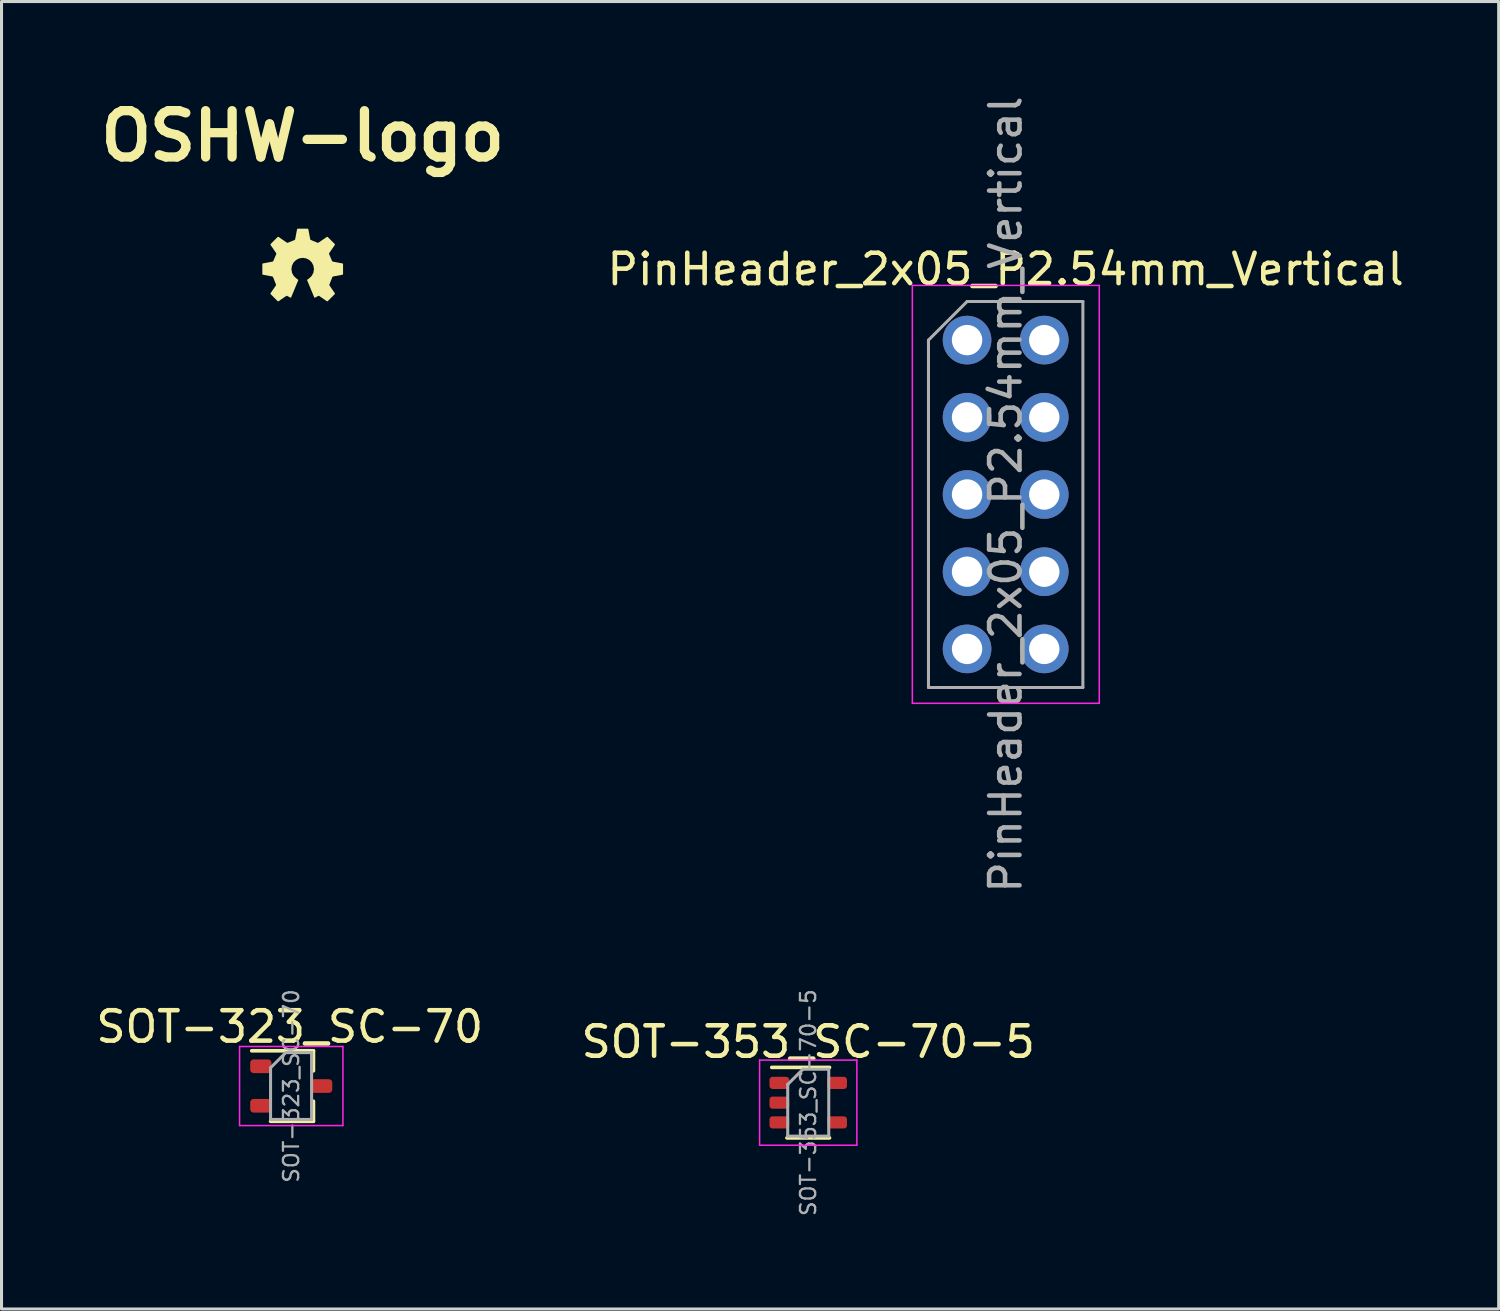
<source format=kicad_pcb>
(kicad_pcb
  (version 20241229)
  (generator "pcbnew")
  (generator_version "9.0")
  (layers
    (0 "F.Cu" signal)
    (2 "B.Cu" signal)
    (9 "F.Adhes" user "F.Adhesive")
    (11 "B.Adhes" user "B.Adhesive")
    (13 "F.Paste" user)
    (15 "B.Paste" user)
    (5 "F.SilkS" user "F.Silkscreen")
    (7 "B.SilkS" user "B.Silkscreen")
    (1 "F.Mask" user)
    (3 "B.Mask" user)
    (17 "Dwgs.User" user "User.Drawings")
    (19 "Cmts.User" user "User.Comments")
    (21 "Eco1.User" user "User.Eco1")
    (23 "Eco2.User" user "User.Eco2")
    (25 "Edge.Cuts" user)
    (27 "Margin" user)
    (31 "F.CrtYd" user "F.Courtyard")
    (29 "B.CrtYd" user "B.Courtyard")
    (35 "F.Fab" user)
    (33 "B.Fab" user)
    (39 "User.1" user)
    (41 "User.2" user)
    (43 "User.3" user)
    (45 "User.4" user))
  (footprint "SOT-353_SC-70-5"
    (layer "F.Cu")
    (at 23.542 33.229)
    (property "Reference" "SOT-353_SC-70-5" (at 0 -2 0) (layer "F.SilkS") (effects (font (size 1 1) (thickness 0.15))))
    (attr smd)
    (fp_line (start -0.7 1.16) (end 0.7 1.16) (stroke (width 0.12) (type solid)) (layer "F.SilkS"))
    (fp_line (start 0.7 -1.16) (end -1.2 -1.16) (stroke (width 0.12) (type solid)) (layer "F.SilkS"))
    (fp_line (start -1.6 -1.4) (end -1.6 1.4) (stroke (width 0.05) (type solid)) (layer "F.CrtYd"))
    (fp_line (start -1.6 -1.4) (end 1.6 -1.4) (stroke (width 0.05) (type solid)) (layer "F.CrtYd"))
    (fp_line (start -1.6 1.4) (end 1.6 1.4) (stroke (width 0.05) (type solid)) (layer "F.CrtYd"))
    (fp_line (start 1.6 1.4) (end 1.6 -1.4) (stroke (width 0.05) (type solid)) (layer "F.CrtYd"))
    (fp_line (start -0.675 -0.6) (end -0.675 1.1) (stroke (width 0.1) (type solid)) (layer "F.Fab"))
    (fp_line (start -0.175 -1.1) (end -0.675 -0.6) (stroke (width 0.1) (type solid)) (layer "F.Fab"))
    (fp_line (start 0.675 -1.1) (end -0.175 -1.1) (stroke (width 0.1) (type solid)) (layer "F.Fab"))
    (fp_line (start 0.675 -1.1) (end 0.675 1.1) (stroke (width 0.1) (type solid)) (layer "F.Fab"))
    (fp_line (start 0.675 1.1) (end -0.675 1.1) (stroke (width 0.1) (type solid)) (layer "F.Fab"))
    (fp_text user "${REFERENCE}" (at 0 0 90) (layer "F.Fab") (effects (font (size 0.5 0.5) (thickness 0.075))))
    (pad "1" smd roundrect (at -0.95 -0.65) (size 0.65 0.4) (layers "F.Cu" "F.Mask" "F.Paste") (roundrect_rratio 0.25))
    (pad "2" smd roundrect (at -0.95 0) (size 0.65 0.4) (layers "F.Cu" "F.Mask" "F.Paste") (roundrect_rratio 0.25))
    (pad "3" smd roundrect (at -0.95 0.65) (size 0.65 0.4) (layers "F.Cu" "F.Mask" "F.Paste") (roundrect_rratio 0.25))
    (pad "4" smd roundrect (at 0.95 0.65) (size 0.65 0.4) (layers "F.Cu" "F.Mask" "F.Paste") (roundrect_rratio 0.25))
    (pad "5" smd roundrect (at 0.95 -0.65) (size 0.65 0.4) (layers "F.Cu" "F.Mask" "F.Paste") (roundrect_rratio 0.25)))
  (footprint "PinHeader_2x05_P2.54mm_Vertical"
    (layer "F.Cu")
    (at 28.768 8.14)
    (property "Reference" "PinHeader_2x05_P2.54mm_Vertical" (at 1.27 -2.33 0) (layer "F.SilkS") (effects (font (size 1 1) (thickness 0.15))))
    (attr through_hole)
    (fp_line (start -1.8 -1.8) (end -1.8 11.95) (stroke (width 0.05) (type solid)) (layer "F.CrtYd"))
    (fp_line (start -1.8 11.95) (end 4.35 11.95) (stroke (width 0.05) (type solid)) (layer "F.CrtYd"))
    (fp_line (start 4.35 -1.8) (end -1.8 -1.8) (stroke (width 0.05) (type solid)) (layer "F.CrtYd"))
    (fp_line (start 4.35 11.95) (end 4.35 -1.8) (stroke (width 0.05) (type solid)) (layer "F.CrtYd"))
    (fp_line (start -1.27 0) (end 0 -1.27) (stroke (width 0.1) (type solid)) (layer "F.Fab"))
    (fp_line (start -1.27 11.43) (end -1.27 0) (stroke (width 0.1) (type solid)) (layer "F.Fab"))
    (fp_line (start 0 -1.27) (end 3.81 -1.27) (stroke (width 0.1) (type solid)) (layer "F.Fab"))
    (fp_line (start 3.81 -1.27) (end 3.81 11.43) (stroke (width 0.1) (type solid)) (layer "F.Fab"))
    (fp_line (start 3.81 11.43) (end -1.27 11.43) (stroke (width 0.1) (type solid)) (layer "F.Fab"))
    (fp_text user "${REFERENCE}" (at 1.27 5.08 90) (layer "F.Fab") (effects (font (size 1 1) (thickness 0.15))))
    (pad "1" thru_hole circle (at 0 0) (size 1.6 1.6) (drill 1) (layers "*.Cu" "*.Mask"))
    (pad "2" thru_hole circle (at 2.54 0) (size 1.6 1.6) (drill 1) (layers "*.Cu" "*.Mask"))
    (pad "3" thru_hole circle (at 0 2.54) (size 1.6 1.6) (drill 1) (layers "*.Cu" "*.Mask"))
    (pad "4" thru_hole circle (at 2.54 2.54) (size 1.6 1.6) (drill 1) (layers "*.Cu" "*.Mask"))
    (pad "5" thru_hole circle (at 0 5.08) (size 1.6 1.6) (drill 1) (layers "*.Cu" "*.Mask"))
    (pad "6" thru_hole circle (at 2.54 5.08) (size 1.6 1.6) (drill 1) (layers "*.Cu" "*.Mask"))
    (pad "7" thru_hole circle (at 0 7.62) (size 1.6 1.6) (drill 1) (layers "*.Cu" "*.Mask"))
    (pad "8" thru_hole circle (at 2.54 7.62) (size 1.6 1.6) (drill 1) (layers "*.Cu" "*.Mask"))
    (pad "9" thru_hole circle (at 0 10.16) (size 1.6 1.6) (drill 1) (layers "*.Cu" "*.Mask"))
    (pad "10" thru_hole circle (at 2.54 10.16) (size 1.6 1.6) (drill 1) (layers "*.Cu" "*.Mask")))
  (footprint "OSHW-logo"
    (layer "F.Cu")
    (at 6.909 5.671)
    (property "Reference" "OSHW-logo" (at 0 -4.245 0) (layer "F.SilkS") (effects (font (size 1.524 1.524) (thickness 0.305))))
    (attr board_only exclude_from_pos_files exclude_from_bom allow_missing_courtyard)
    (fp_poly (pts (xy 1.314 -0.053) (xy 0.988 -0.114) (xy 0.968 -0.131) (xy 0.868 -0.364) (xy 0.87 -0.389) (xy 1.06 -0.666) (xy 1.058 -0.689) (xy 0.821 -0.926) (xy 0.798 -0.928) (xy 0.516 -0.735) (xy 0.491 -0.733) (xy 0.265 -0.826) (xy 0.248 -0.845) (xy 0.185 -1.182) (xy 0.168 -1.197) (xy -0.168 -1.197) (xy -0.185 -1.182) (xy -0.248 -0.845) (xy -0.265 -0.826) (xy -0.491 -0.733) (xy -0.516 -0.735) (xy -0.798 -0.928) (xy -0.821 -0.926) (xy -1.058 -0.689) (xy -1.06 -0.666) (xy -0.87 -0.389) (xy -0.868 -0.364) (xy -0.968 -0.131) (xy -0.988 -0.114) (xy -1.314 -0.053) (xy -1.328 -0.036) (xy -1.328 0.3) (xy -1.314 0.317) (xy -0.996 0.376) (xy -0.977 0.393) (xy -0.878 0.641) (xy -0.879 0.667) (xy -1.06 0.93) (xy -1.058 0.953) (xy -0.821 1.19) (xy -0.798 1.192) (xy -0.539 1.014) (xy -0.515 1.014) (xy -0.4 1.074) (xy -0.382 1.068) (xy -0.146 0.499) (xy -0.153 0.478) (xy -0.182 0.46) (xy -0.2 0.447) (xy -0.29 0.365) (xy -0.35 0.259) (xy -0.371 0.134) (xy -0.352 0.016) (xy -0.3 -0.086) (xy -0.219 -0.166) (xy -0.117 -0.219) (xy -0.00001 -0.238) (xy 0.117 -0.219) (xy 0.219 -0.166) (xy 0.3 -0.086) (xy 0.352 0.016) (xy 0.371 0.134) (xy 0.35 0.259) (xy 0.29 0.365) (xy 0.2 0.447) (xy 0.182 0.46) (xy 0.153 0.478) (xy 0.146 0.499) (xy 0.382 1.068) (xy 0.4 1.074) (xy 0.515 1.014) (xy 0.539 1.014) (xy 0.798 1.192) (xy 0.821 1.19) (xy 1.058 0.953) (xy 1.06 0.93) (xy 0.879 0.667) (xy 0.878 0.641) (xy 0.977 0.393) (xy 0.996 0.376) (xy 1.314 0.317) (xy 1.328 0.3) (xy 1.328 -0.036) (xy 1.314 -0.053)) (stroke (width 0) (type solid)) (fill yes) (layer "F.SilkS")))
  (footprint "SOT-323_SC-70"
    (layer "F.Cu")
    (at 6.532 32.682)
    (property "Reference" "SOT-323_SC-70" (at -0.05 -1.95 0) (layer "F.SilkS") (effects (font (size 1 1) (thickness 0.15))))
    (attr smd)
    (fp_line (start -0.68 1.16) (end 0.73 1.16) (stroke (width 0.12) (type solid)) (layer "F.SilkS"))
    (fp_line (start 0.73 -1.16) (end -1.3 -1.16) (stroke (width 0.12) (type solid)) (layer "F.SilkS"))
    (fp_line (start 0.73 -1.16) (end 0.73 -0.5) (stroke (width 0.12) (type solid)) (layer "F.SilkS"))
    (fp_line (start 0.73 0.5) (end 0.73 1.16) (stroke (width 0.12) (type solid)) (layer "F.SilkS"))
    (fp_line (start -1.7 -1.3) (end 1.7 -1.3) (stroke (width 0.05) (type solid)) (layer "F.CrtYd"))
    (fp_line (start -1.7 1.3) (end -1.7 -1.3) (stroke (width 0.05) (type solid)) (layer "F.CrtYd"))
    (fp_line (start 1.7 -1.3) (end 1.7 1.3) (stroke (width 0.05) (type solid)) (layer "F.CrtYd"))
    (fp_line (start 1.7 1.3) (end -1.7 1.3) (stroke (width 0.05) (type solid)) (layer "F.CrtYd"))
    (fp_line (start -0.68 -0.6) (end -0.68 1.1) (stroke (width 0.1) (type solid)) (layer "F.Fab"))
    (fp_line (start -0.18 -1.1) (end -0.68 -0.6) (stroke (width 0.1) (type solid)) (layer "F.Fab"))
    (fp_line (start 0.67 -1.1) (end -0.18 -1.1) (stroke (width 0.1) (type solid)) (layer "F.Fab"))
    (fp_line (start 0.67 -1.1) (end 0.67 1.1) (stroke (width 0.1) (type solid)) (layer "F.Fab"))
    (fp_line (start 0.67 1.1) (end -0.68 1.1) (stroke (width 0.1) (type solid)) (layer "F.Fab"))
    (fp_text user "${REFERENCE}" (at 0 0 90) (layer "F.Fab") (effects (font (size 0.5 0.5) (thickness 0.075))))
    (pad "1" smd roundrect (at -1 -0.65 270) (size 0.45 0.7) (layers "F.Cu" "F.Mask" "F.Paste") (roundrect_rratio 0.25))
    (pad "2" smd roundrect (at -1 0.65 270) (size 0.45 0.7) (layers "F.Cu" "F.Mask" "F.Paste") (roundrect_rratio 0.25))
    (pad "3" smd roundrect (at 1 0 270) (size 0.45 0.7) (layers "F.Cu" "F.Mask" "F.Paste") (roundrect_rratio 0.25)))
  (gr_rect
    (start -3 -3)
    (end 46.258 40.018)
    (stroke (width 0.1) (type default))
    (fill no)
    (layer "Edge.Cuts")))
</source>
